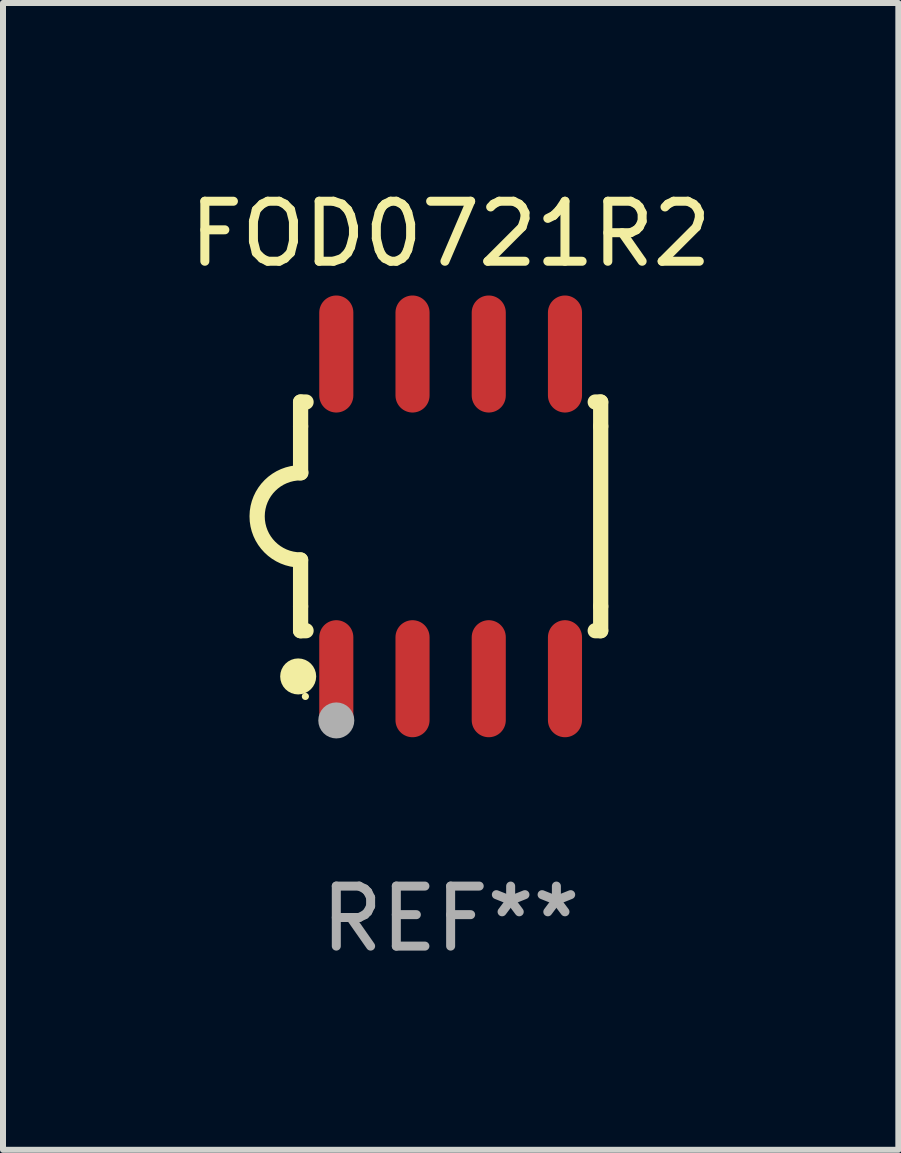
<source format=kicad_pcb>
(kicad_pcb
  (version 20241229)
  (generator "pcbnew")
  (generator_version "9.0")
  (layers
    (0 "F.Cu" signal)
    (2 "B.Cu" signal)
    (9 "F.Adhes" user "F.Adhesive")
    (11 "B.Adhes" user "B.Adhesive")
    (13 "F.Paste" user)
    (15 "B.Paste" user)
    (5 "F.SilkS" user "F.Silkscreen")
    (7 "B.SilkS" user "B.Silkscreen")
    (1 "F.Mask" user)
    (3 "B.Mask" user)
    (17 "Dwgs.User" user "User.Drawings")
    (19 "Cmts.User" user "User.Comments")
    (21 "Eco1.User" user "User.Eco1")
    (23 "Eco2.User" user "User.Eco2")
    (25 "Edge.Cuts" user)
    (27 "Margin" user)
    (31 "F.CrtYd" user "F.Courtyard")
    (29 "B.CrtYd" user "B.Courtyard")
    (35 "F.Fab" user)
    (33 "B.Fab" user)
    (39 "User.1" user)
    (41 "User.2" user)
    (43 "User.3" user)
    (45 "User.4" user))
  (footprint "FOD0721R2"
    (layer "F.Cu")
    (at 4.458 5.553)
    (property "Reference" "FOD0721R2" (at 0 -4.705 0) (layer "F.SilkS") (effects (font (size 1 1) (thickness 0.15))))
    (attr through_hole)
    (fp_line (start -2.5 -1.905) (end -2.409 -1.905) (stroke (width 0.254) (type solid)) (layer "F.SilkS"))
    (fp_line (start -2.5 -1.5) (end -2.5 -1.905) (stroke (width 0.254) (type solid)) (layer "F.SilkS"))
    (fp_line (start -2.5 -1.5) (end -2.5 -0.726) (stroke (width 0.254) (type solid)) (layer "F.SilkS"))
    (fp_line (start -2.5 1.5) (end -2.5 0.727) (stroke (width 0.254) (type solid)) (layer "F.SilkS"))
    (fp_line (start -2.5 1.5) (end -2.5 1.905) (stroke (width 0.254) (type solid)) (layer "F.SilkS"))
    (fp_line (start -2.5 1.905) (end -2.409 1.905) (stroke (width 0.254) (type solid)) (layer "F.SilkS"))
    (fp_line (start 2.5 -1.905) (end 2.409 -1.905) (stroke (width 0.254) (type solid)) (layer "F.SilkS"))
    (fp_line (start 2.5 -1.5) (end 2.5 -1.905) (stroke (width 0.254) (type solid)) (layer "F.SilkS"))
    (fp_line (start 2.5 -1.5) (end 2.5 1.5) (stroke (width 0.254) (type solid)) (layer "F.SilkS"))
    (fp_line (start 2.5 1.5) (end 2.5 1.905) (stroke (width 0.254) (type solid)) (layer "F.SilkS"))
    (fp_line (start 2.5 1.905) (end 2.409 1.905) (stroke (width 0.254) (type solid)) (layer "F.SilkS"))
    (fp_arc (start -2.5 0.726568) (mid -3.220316 -0.0023) (end -2.495097 -0.726289) (stroke (width 0.254001) (type solid)) (layer "F.SilkS"))
    (fp_circle (center -2.54 2.667) (end -2.39 2.667) (stroke (width 0.3) (type solid)) (fill no) (layer "F.SilkS"))
    (fp_circle (center -2.42 3) (end -2.39 3) (stroke (width 0.06) (type solid)) (fill no) (layer "F.SilkS"))
    (fp_circle (center -1.905 3.4) (end -1.755 3.4) (stroke (width 0.3) (type solid)) (fill no) (layer "F.Fab"))
    (fp_text user "REF**" (at 0 6.705 0) (layer "F.Fab") (effects (font (size 1 1) (thickness 0.15))))
    (pad "1" smd oval (at -1.905 2.705) (size 0.568 1.95) (layers "F.Cu" "F.Mask" "F.Paste"))
    (pad "2" smd oval (at -0.635 2.705) (size 0.568 1.95) (layers "F.Cu" "F.Mask" "F.Paste"))
    (pad "3" smd oval (at 0.635 2.705) (size 0.568 1.95) (layers "F.Cu" "F.Mask" "F.Paste"))
    (pad "4" smd oval (at 1.905 2.705) (size 0.568 1.95) (layers "F.Cu" "F.Mask" "F.Paste"))
    (pad "5" smd oval (at 1.905 -2.705) (size 0.568 1.95) (layers "F.Cu" "F.Mask" "F.Paste"))
    (pad "6" smd oval (at 0.635 -2.705) (size 0.568 1.95) (layers "F.Cu" "F.Mask" "F.Paste"))
    (pad "7" smd oval (at -0.635 -2.705) (size 0.568 1.95) (layers "F.Cu" "F.Mask" "F.Paste"))
    (pad "8" smd oval (at -1.905 -2.705) (size 0.568 1.95) (layers "F.Cu" "F.Mask" "F.Paste")))
  (gr_rect
    (start -3 -3)
    (end 11.917 16.107)
    (stroke (width 0.1) (type default))
    (fill no)
    (layer "Edge.Cuts")))
</source>
